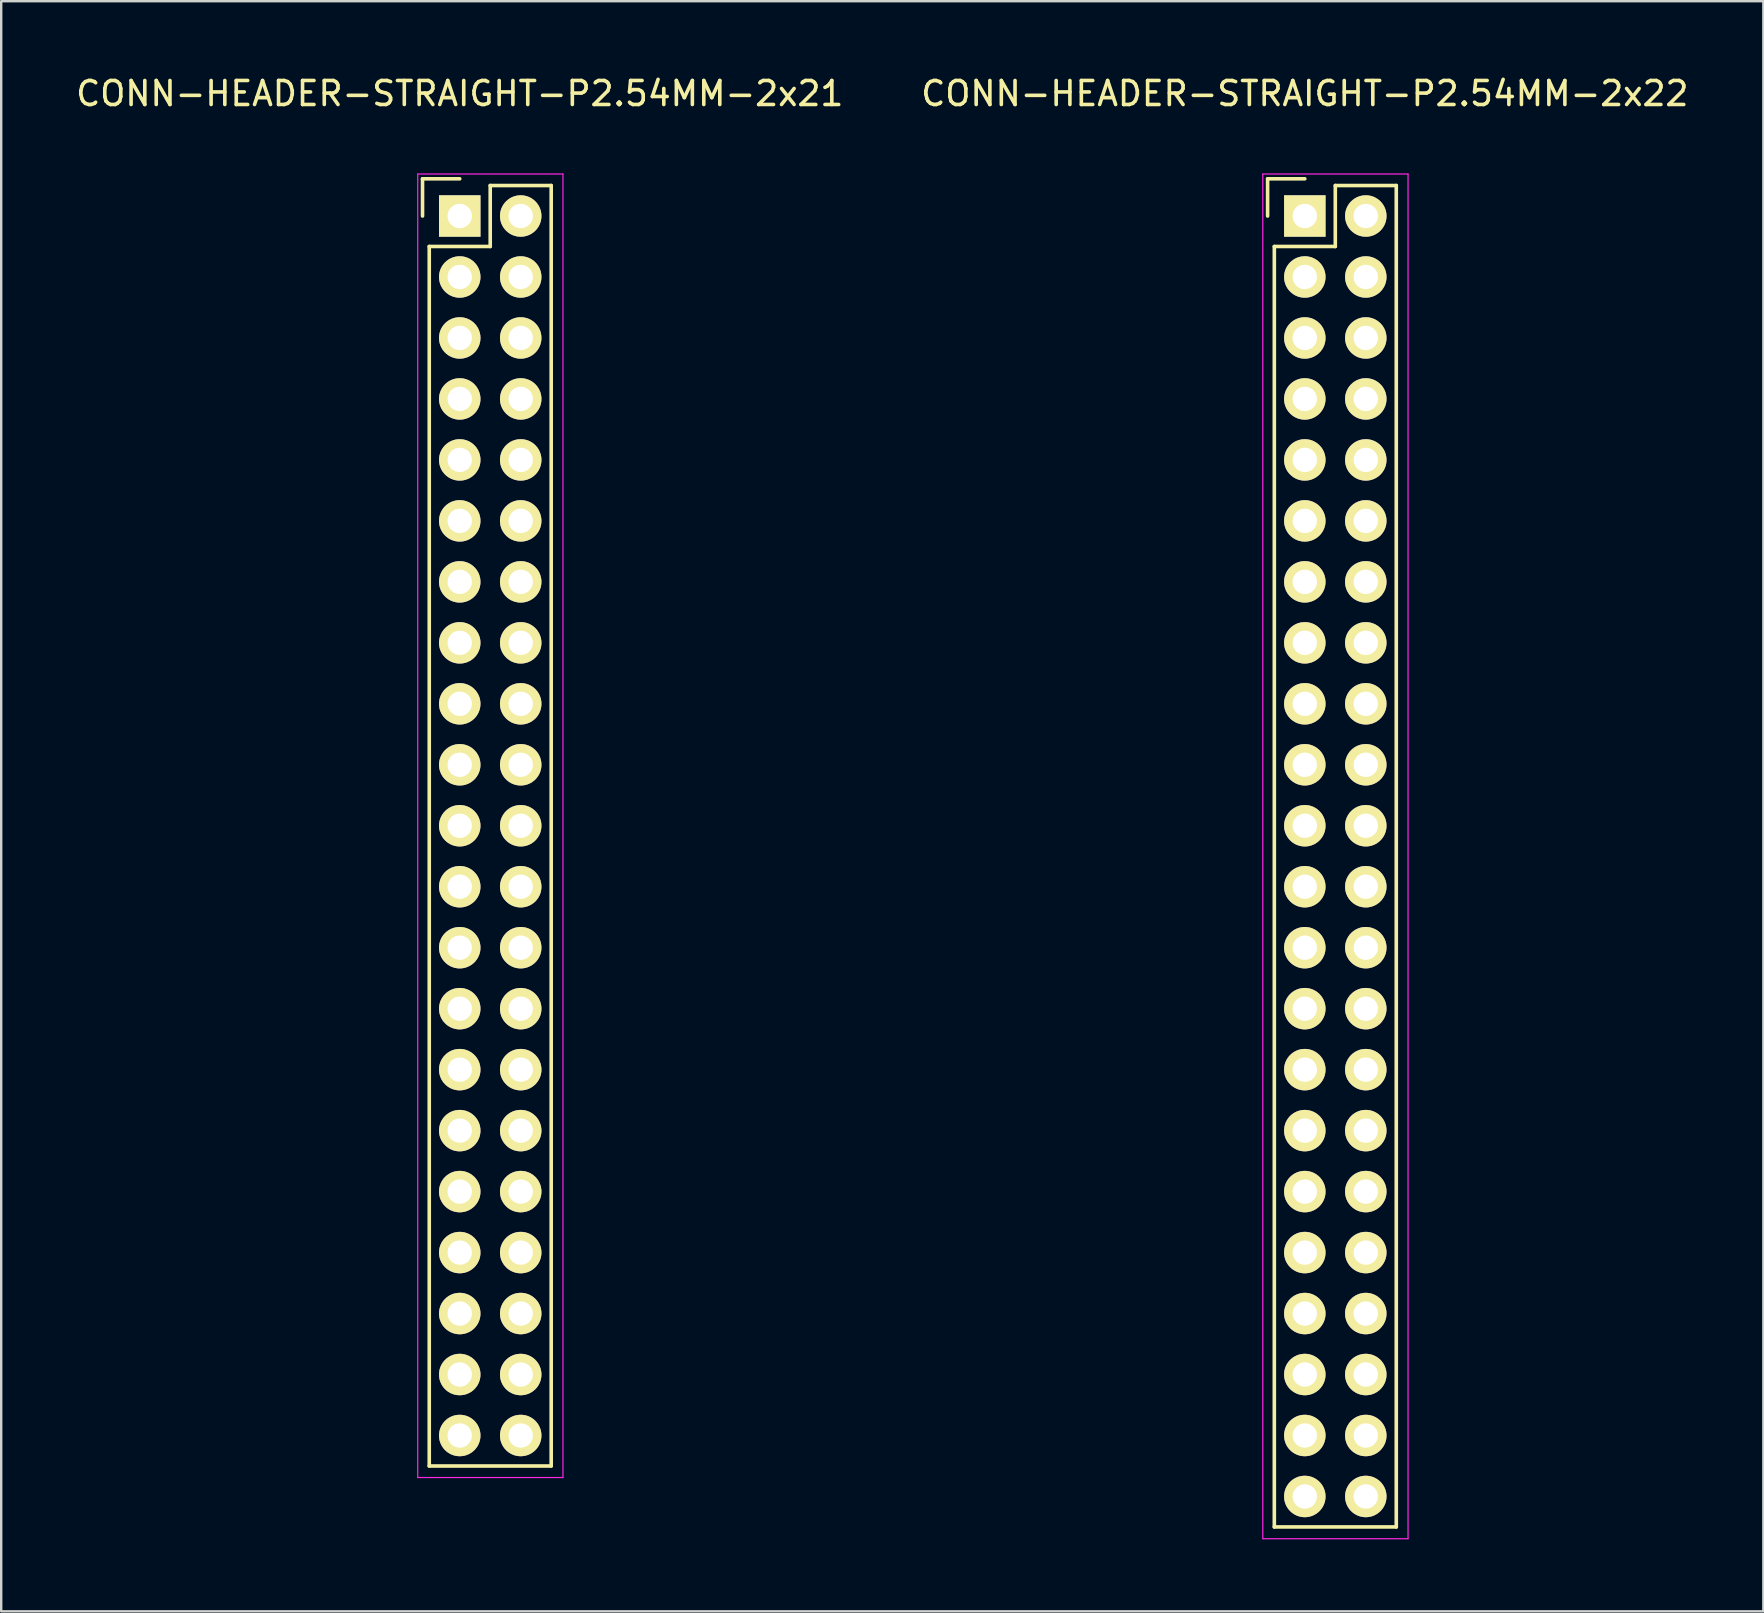
<source format=kicad_pcb>
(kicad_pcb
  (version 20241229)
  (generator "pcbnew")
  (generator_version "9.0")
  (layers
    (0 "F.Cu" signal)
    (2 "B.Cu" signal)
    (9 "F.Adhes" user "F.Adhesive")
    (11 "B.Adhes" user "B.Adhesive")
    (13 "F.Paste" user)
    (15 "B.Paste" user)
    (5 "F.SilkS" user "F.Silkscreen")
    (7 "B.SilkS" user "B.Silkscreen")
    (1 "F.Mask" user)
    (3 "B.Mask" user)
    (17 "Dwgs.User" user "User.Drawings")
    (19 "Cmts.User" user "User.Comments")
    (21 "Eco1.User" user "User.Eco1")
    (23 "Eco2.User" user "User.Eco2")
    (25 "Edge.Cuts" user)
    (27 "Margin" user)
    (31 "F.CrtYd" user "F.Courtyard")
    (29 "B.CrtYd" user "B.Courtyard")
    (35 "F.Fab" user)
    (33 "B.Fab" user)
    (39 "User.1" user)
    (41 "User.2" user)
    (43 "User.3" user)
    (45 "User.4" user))
  (footprint "CONN-HEADER-STRAIGHT-P2.54MM-2x21"
    (layer "F.Cu")
    (at 16.101 5.948)
    (property "Reference" "CONN-HEADER-STRAIGHT-P2.54MM-2x21" (at 0 -5.1 0) (layer "F.SilkS") (effects (font (size 1 1) (thickness 0.15))))
    (attr through_hole)
    (fp_line (start -1.55 -1.55) (end -1.55 0) (stroke (width 0.15) (type solid)) (layer "F.SilkS"))
    (fp_line (start -1.27 1.27) (end -1.27 52.07) (stroke (width 0.15) (type solid)) (layer "F.SilkS"))
    (fp_line (start 0 -1.55) (end -1.55 -1.55) (stroke (width 0.15) (type solid)) (layer "F.SilkS"))
    (fp_line (start 1.27 -1.27) (end 1.27 1.27) (stroke (width 0.15) (type solid)) (layer "F.SilkS"))
    (fp_line (start 1.27 1.27) (end -1.27 1.27) (stroke (width 0.15) (type solid)) (layer "F.SilkS"))
    (fp_line (start 3.81 -1.27) (end 1.27 -1.27) (stroke (width 0.15) (type solid)) (layer "F.SilkS"))
    (fp_line (start 3.81 52.07) (end -1.27 52.07) (stroke (width 0.15) (type solid)) (layer "F.SilkS"))
    (fp_line (start 3.81 52.07) (end 3.81 -1.27) (stroke (width 0.15) (type solid)) (layer "F.SilkS"))
    (fp_line (start -1.75 -1.75) (end -1.75 52.55) (stroke (width 0.05) (type solid)) (layer "F.CrtYd"))
    (fp_line (start -1.75 -1.75) (end 4.3 -1.75) (stroke (width 0.05) (type solid)) (layer "F.CrtYd"))
    (fp_line (start -1.75 52.55) (end 4.3 52.55) (stroke (width 0.05) (type solid)) (layer "F.CrtYd"))
    (fp_line (start 4.3 -1.75) (end 4.3 52.55) (stroke (width 0.05) (type solid)) (layer "F.CrtYd"))
    (pad "1" thru_hole rect (at 0 0) (size 1.727 1.727) (drill 1.016) (layers "*.Cu" "*.Mask" "F.SilkS"))
    (pad "2" thru_hole oval (at 2.54 0) (size 1.727 1.727) (drill 1.016) (layers "*.Cu" "*.Mask" "F.SilkS"))
    (pad "3" thru_hole oval (at 0 2.54) (size 1.727 1.727) (drill 1.016) (layers "*.Cu" "*.Mask" "F.SilkS"))
    (pad "4" thru_hole oval (at 2.54 2.54) (size 1.727 1.727) (drill 1.016) (layers "*.Cu" "*.Mask" "F.SilkS"))
    (pad "5" thru_hole oval (at 0 5.08) (size 1.727 1.727) (drill 1.016) (layers "*.Cu" "*.Mask" "F.SilkS"))
    (pad "6" thru_hole oval (at 2.54 5.08) (size 1.727 1.727) (drill 1.016) (layers "*.Cu" "*.Mask" "F.SilkS"))
    (pad "7" thru_hole oval (at 0 7.62) (size 1.727 1.727) (drill 1.016) (layers "*.Cu" "*.Mask" "F.SilkS"))
    (pad "8" thru_hole oval (at 2.54 7.62) (size 1.727 1.727) (drill 1.016) (layers "*.Cu" "*.Mask" "F.SilkS"))
    (pad "9" thru_hole oval (at 0 10.16) (size 1.727 1.727) (drill 1.016) (layers "*.Cu" "*.Mask" "F.SilkS"))
    (pad "10" thru_hole oval (at 2.54 10.16) (size 1.727 1.727) (drill 1.016) (layers "*.Cu" "*.Mask" "F.SilkS"))
    (pad "11" thru_hole oval (at 0 12.7) (size 1.727 1.727) (drill 1.016) (layers "*.Cu" "*.Mask" "F.SilkS"))
    (pad "12" thru_hole oval (at 2.54 12.7) (size 1.727 1.727) (drill 1.016) (layers "*.Cu" "*.Mask" "F.SilkS"))
    (pad "13" thru_hole oval (at 0 15.24) (size 1.727 1.727) (drill 1.016) (layers "*.Cu" "*.Mask" "F.SilkS"))
    (pad "14" thru_hole oval (at 2.54 15.24) (size 1.727 1.727) (drill 1.016) (layers "*.Cu" "*.Mask" "F.SilkS"))
    (pad "15" thru_hole oval (at 0 17.78) (size 1.727 1.727) (drill 1.016) (layers "*.Cu" "*.Mask" "F.SilkS"))
    (pad "16" thru_hole oval (at 2.54 17.78) (size 1.727 1.727) (drill 1.016) (layers "*.Cu" "*.Mask" "F.SilkS"))
    (pad "17" thru_hole oval (at 0 20.32) (size 1.727 1.727) (drill 1.016) (layers "*.Cu" "*.Mask" "F.SilkS"))
    (pad "18" thru_hole oval (at 2.54 20.32) (size 1.727 1.727) (drill 1.016) (layers "*.Cu" "*.Mask" "F.SilkS"))
    (pad "19" thru_hole oval (at 0 22.86) (size 1.727 1.727) (drill 1.016) (layers "*.Cu" "*.Mask" "F.SilkS"))
    (pad "20" thru_hole oval (at 2.54 22.86) (size 1.727 1.727) (drill 1.016) (layers "*.Cu" "*.Mask" "F.SilkS"))
    (pad "21" thru_hole oval (at 0 25.4) (size 1.727 1.727) (drill 1.016) (layers "*.Cu" "*.Mask" "F.SilkS"))
    (pad "22" thru_hole oval (at 2.54 25.4) (size 1.727 1.727) (drill 1.016) (layers "*.Cu" "*.Mask" "F.SilkS"))
    (pad "23" thru_hole oval (at 0 27.94) (size 1.727 1.727) (drill 1.016) (layers "*.Cu" "*.Mask" "F.SilkS"))
    (pad "24" thru_hole oval (at 2.54 27.94) (size 1.727 1.727) (drill 1.016) (layers "*.Cu" "*.Mask" "F.SilkS"))
    (pad "25" thru_hole oval (at 0 30.48) (size 1.727 1.727) (drill 1.016) (layers "*.Cu" "*.Mask" "F.SilkS"))
    (pad "26" thru_hole oval (at 2.54 30.48) (size 1.727 1.727) (drill 1.016) (layers "*.Cu" "*.Mask" "F.SilkS"))
    (pad "27" thru_hole oval (at 0 33.02) (size 1.727 1.727) (drill 1.016) (layers "*.Cu" "*.Mask" "F.SilkS"))
    (pad "28" thru_hole oval (at 2.54 33.02) (size 1.727 1.727) (drill 1.016) (layers "*.Cu" "*.Mask" "F.SilkS"))
    (pad "29" thru_hole oval (at 0 35.56) (size 1.727 1.727) (drill 1.016) (layers "*.Cu" "*.Mask" "F.SilkS"))
    (pad "30" thru_hole oval (at 2.54 35.56) (size 1.727 1.727) (drill 1.016) (layers "*.Cu" "*.Mask" "F.SilkS"))
    (pad "31" thru_hole oval (at 0 38.1) (size 1.727 1.727) (drill 1.016) (layers "*.Cu" "*.Mask" "F.SilkS"))
    (pad "32" thru_hole oval (at 2.54 38.1) (size 1.727 1.727) (drill 1.016) (layers "*.Cu" "*.Mask" "F.SilkS"))
    (pad "33" thru_hole oval (at 0 40.64) (size 1.727 1.727) (drill 1.016) (layers "*.Cu" "*.Mask" "F.SilkS"))
    (pad "34" thru_hole oval (at 2.54 40.64) (size 1.727 1.727) (drill 1.016) (layers "*.Cu" "*.Mask" "F.SilkS"))
    (pad "35" thru_hole oval (at 0 43.18) (size 1.727 1.727) (drill 1.016) (layers "*.Cu" "*.Mask" "F.SilkS"))
    (pad "36" thru_hole oval (at 2.54 43.18) (size 1.727 1.727) (drill 1.016) (layers "*.Cu" "*.Mask" "F.SilkS"))
    (pad "37" thru_hole oval (at 0 45.72) (size 1.727 1.727) (drill 1.016) (layers "*.Cu" "*.Mask" "F.SilkS"))
    (pad "38" thru_hole oval (at 2.54 45.72) (size 1.727 1.727) (drill 1.016) (layers "*.Cu" "*.Mask" "F.SilkS"))
    (pad "39" thru_hole oval (at 0 48.26) (size 1.727 1.727) (drill 1.016) (layers "*.Cu" "*.Mask" "F.SilkS"))
    (pad "40" thru_hole oval (at 2.54 48.26) (size 1.727 1.727) (drill 1.016) (layers "*.Cu" "*.Mask" "F.SilkS"))
    (pad "41" thru_hole oval (at 0 50.8) (size 1.727 1.727) (drill 1.016) (layers "*.Cu" "*.Mask" "F.SilkS"))
    (pad "42" thru_hole oval (at 2.54 50.8) (size 1.727 1.727) (drill 1.016) (layers "*.Cu" "*.Mask" "F.SilkS")))
  (footprint "CONN-HEADER-STRAIGHT-P2.54MM-2x22"
    (layer "F.Cu")
    (at 51.304 5.948)
    (property "Reference" "CONN-HEADER-STRAIGHT-P2.54MM-2x22" (at 0 -5.1 0) (layer "F.SilkS") (effects (font (size 1 1) (thickness 0.15))))
    (attr through_hole)
    (fp_line (start -1.55 -1.55) (end -1.55 0) (stroke (width 0.15) (type solid)) (layer "F.SilkS"))
    (fp_line (start -1.27 1.27) (end -1.27 54.61) (stroke (width 0.15) (type solid)) (layer "F.SilkS"))
    (fp_line (start 0 -1.55) (end -1.55 -1.55) (stroke (width 0.15) (type solid)) (layer "F.SilkS"))
    (fp_line (start 1.27 -1.27) (end 1.27 1.27) (stroke (width 0.15) (type solid)) (layer "F.SilkS"))
    (fp_line (start 1.27 1.27) (end -1.27 1.27) (stroke (width 0.15) (type solid)) (layer "F.SilkS"))
    (fp_line (start 3.81 -1.27) (end 1.27 -1.27) (stroke (width 0.15) (type solid)) (layer "F.SilkS"))
    (fp_line (start 3.81 54.61) (end -1.27 54.61) (stroke (width 0.15) (type solid)) (layer "F.SilkS"))
    (fp_line (start 3.81 54.61) (end 3.81 -1.27) (stroke (width 0.15) (type solid)) (layer "F.SilkS"))
    (fp_line (start -1.75 -1.75) (end -1.75 55.1) (stroke (width 0.05) (type solid)) (layer "F.CrtYd"))
    (fp_line (start -1.75 -1.75) (end 4.3 -1.75) (stroke (width 0.05) (type solid)) (layer "F.CrtYd"))
    (fp_line (start -1.75 55.1) (end 4.3 55.1) (stroke (width 0.05) (type solid)) (layer "F.CrtYd"))
    (fp_line (start 4.3 -1.75) (end 4.3 55.1) (stroke (width 0.05) (type solid)) (layer "F.CrtYd"))
    (pad "1" thru_hole rect (at 0 0) (size 1.727 1.727) (drill 1.016) (layers "*.Cu" "*.Mask" "F.SilkS"))
    (pad "2" thru_hole oval (at 2.54 0) (size 1.727 1.727) (drill 1.016) (layers "*.Cu" "*.Mask" "F.SilkS"))
    (pad "3" thru_hole oval (at 0 2.54) (size 1.727 1.727) (drill 1.016) (layers "*.Cu" "*.Mask" "F.SilkS"))
    (pad "4" thru_hole oval (at 2.54 2.54) (size 1.727 1.727) (drill 1.016) (layers "*.Cu" "*.Mask" "F.SilkS"))
    (pad "5" thru_hole oval (at 0 5.08) (size 1.727 1.727) (drill 1.016) (layers "*.Cu" "*.Mask" "F.SilkS"))
    (pad "6" thru_hole oval (at 2.54 5.08) (size 1.727 1.727) (drill 1.016) (layers "*.Cu" "*.Mask" "F.SilkS"))
    (pad "7" thru_hole oval (at 0 7.62) (size 1.727 1.727) (drill 1.016) (layers "*.Cu" "*.Mask" "F.SilkS"))
    (pad "8" thru_hole oval (at 2.54 7.62) (size 1.727 1.727) (drill 1.016) (layers "*.Cu" "*.Mask" "F.SilkS"))
    (pad "9" thru_hole oval (at 0 10.16) (size 1.727 1.727) (drill 1.016) (layers "*.Cu" "*.Mask" "F.SilkS"))
    (pad "10" thru_hole oval (at 2.54 10.16) (size 1.727 1.727) (drill 1.016) (layers "*.Cu" "*.Mask" "F.SilkS"))
    (pad "11" thru_hole oval (at 0 12.7) (size 1.727 1.727) (drill 1.016) (layers "*.Cu" "*.Mask" "F.SilkS"))
    (pad "12" thru_hole oval (at 2.54 12.7) (size 1.727 1.727) (drill 1.016) (layers "*.Cu" "*.Mask" "F.SilkS"))
    (pad "13" thru_hole oval (at 0 15.24) (size 1.727 1.727) (drill 1.016) (layers "*.Cu" "*.Mask" "F.SilkS"))
    (pad "14" thru_hole oval (at 2.54 15.24) (size 1.727 1.727) (drill 1.016) (layers "*.Cu" "*.Mask" "F.SilkS"))
    (pad "15" thru_hole oval (at 0 17.78) (size 1.727 1.727) (drill 1.016) (layers "*.Cu" "*.Mask" "F.SilkS"))
    (pad "16" thru_hole oval (at 2.54 17.78) (size 1.727 1.727) (drill 1.016) (layers "*.Cu" "*.Mask" "F.SilkS"))
    (pad "17" thru_hole oval (at 0 20.32) (size 1.727 1.727) (drill 1.016) (layers "*.Cu" "*.Mask" "F.SilkS"))
    (pad "18" thru_hole oval (at 2.54 20.32) (size 1.727 1.727) (drill 1.016) (layers "*.Cu" "*.Mask" "F.SilkS"))
    (pad "19" thru_hole oval (at 0 22.86) (size 1.727 1.727) (drill 1.016) (layers "*.Cu" "*.Mask" "F.SilkS"))
    (pad "20" thru_hole oval (at 2.54 22.86) (size 1.727 1.727) (drill 1.016) (layers "*.Cu" "*.Mask" "F.SilkS"))
    (pad "21" thru_hole oval (at 0 25.4) (size 1.727 1.727) (drill 1.016) (layers "*.Cu" "*.Mask" "F.SilkS"))
    (pad "22" thru_hole oval (at 2.54 25.4) (size 1.727 1.727) (drill 1.016) (layers "*.Cu" "*.Mask" "F.SilkS"))
    (pad "23" thru_hole oval (at 0 27.94) (size 1.727 1.727) (drill 1.016) (layers "*.Cu" "*.Mask" "F.SilkS"))
    (pad "24" thru_hole oval (at 2.54 27.94) (size 1.727 1.727) (drill 1.016) (layers "*.Cu" "*.Mask" "F.SilkS"))
    (pad "25" thru_hole oval (at 0 30.48) (size 1.727 1.727) (drill 1.016) (layers "*.Cu" "*.Mask" "F.SilkS"))
    (pad "26" thru_hole oval (at 2.54 30.48) (size 1.727 1.727) (drill 1.016) (layers "*.Cu" "*.Mask" "F.SilkS"))
    (pad "27" thru_hole oval (at 0 33.02) (size 1.727 1.727) (drill 1.016) (layers "*.Cu" "*.Mask" "F.SilkS"))
    (pad "28" thru_hole oval (at 2.54 33.02) (size 1.727 1.727) (drill 1.016) (layers "*.Cu" "*.Mask" "F.SilkS"))
    (pad "29" thru_hole oval (at 0 35.56) (size 1.727 1.727) (drill 1.016) (layers "*.Cu" "*.Mask" "F.SilkS"))
    (pad "30" thru_hole oval (at 2.54 35.56) (size 1.727 1.727) (drill 1.016) (layers "*.Cu" "*.Mask" "F.SilkS"))
    (pad "31" thru_hole oval (at 0 38.1) (size 1.727 1.727) (drill 1.016) (layers "*.Cu" "*.Mask" "F.SilkS"))
    (pad "32" thru_hole oval (at 2.54 38.1) (size 1.727 1.727) (drill 1.016) (layers "*.Cu" "*.Mask" "F.SilkS"))
    (pad "33" thru_hole oval (at 0 40.64) (size 1.727 1.727) (drill 1.016) (layers "*.Cu" "*.Mask" "F.SilkS"))
    (pad "34" thru_hole oval (at 2.54 40.64) (size 1.727 1.727) (drill 1.016) (layers "*.Cu" "*.Mask" "F.SilkS"))
    (pad "35" thru_hole oval (at 0 43.18) (size 1.727 1.727) (drill 1.016) (layers "*.Cu" "*.Mask" "F.SilkS"))
    (pad "36" thru_hole oval (at 2.54 43.18) (size 1.727 1.727) (drill 1.016) (layers "*.Cu" "*.Mask" "F.SilkS"))
    (pad "37" thru_hole oval (at 0 45.72) (size 1.727 1.727) (drill 1.016) (layers "*.Cu" "*.Mask" "F.SilkS"))
    (pad "38" thru_hole oval (at 2.54 45.72) (size 1.727 1.727) (drill 1.016) (layers "*.Cu" "*.Mask" "F.SilkS"))
    (pad "39" thru_hole oval (at 0 48.26) (size 1.727 1.727) (drill 1.016) (layers "*.Cu" "*.Mask" "F.SilkS"))
    (pad "40" thru_hole oval (at 2.54 48.26) (size 1.727 1.727) (drill 1.016) (layers "*.Cu" "*.Mask" "F.SilkS"))
    (pad "41" thru_hole oval (at 0 50.8) (size 1.727 1.727) (drill 1.016) (layers "*.Cu" "*.Mask" "F.SilkS"))
    (pad "42" thru_hole oval (at 2.54 50.8) (size 1.727 1.727) (drill 1.016) (layers "*.Cu" "*.Mask" "F.SilkS"))
    (pad "43" thru_hole oval (at 0 53.34) (size 1.727 1.727) (drill 1.016) (layers "*.Cu" "*.Mask" "F.SilkS"))
    (pad "44" thru_hole oval (at 2.54 53.34) (size 1.727 1.727) (drill 1.016) (layers "*.Cu" "*.Mask" "F.SilkS")))
  (gr_rect
    (start -3 -3)
    (end 70.405 64.073)
    (stroke (width 0.1) (type default))
    (fill no)
    (layer "Edge.Cuts")))
</source>
